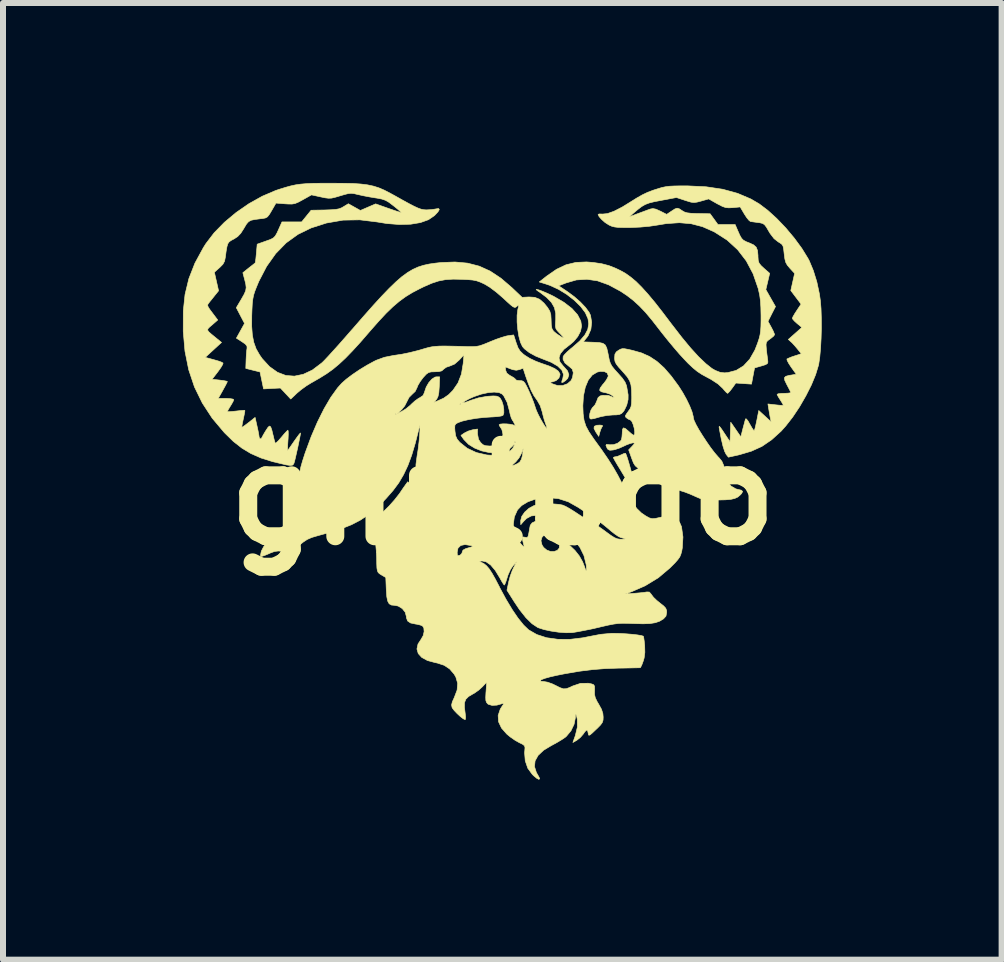
<source format=kicad_pcb>
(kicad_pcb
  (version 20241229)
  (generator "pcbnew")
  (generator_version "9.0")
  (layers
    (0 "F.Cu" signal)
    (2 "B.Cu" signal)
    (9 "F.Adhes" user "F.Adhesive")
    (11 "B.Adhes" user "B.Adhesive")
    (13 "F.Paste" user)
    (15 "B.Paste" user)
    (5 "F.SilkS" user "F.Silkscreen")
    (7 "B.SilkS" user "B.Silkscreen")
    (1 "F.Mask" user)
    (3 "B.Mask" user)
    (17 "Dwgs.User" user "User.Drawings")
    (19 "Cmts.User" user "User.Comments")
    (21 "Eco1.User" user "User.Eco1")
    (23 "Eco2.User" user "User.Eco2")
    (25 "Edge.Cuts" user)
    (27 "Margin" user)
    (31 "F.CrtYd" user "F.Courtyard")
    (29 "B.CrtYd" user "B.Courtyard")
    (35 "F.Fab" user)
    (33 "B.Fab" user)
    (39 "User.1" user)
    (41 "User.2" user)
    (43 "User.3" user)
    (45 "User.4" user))
  (footprint "gnulogo"
    (layer "F.Cu")
    (at 5.334 5.201)
    (property "Reference" "gnulogo" (at 0 0 0) (layer "F.SilkS") (effects (font (size 1.524 1.524) (thickness 0.3))))
    (attr through_hole)
    (fp_poly (pts (xy 1.657 -1.16) (xy 1.661 -1.145) (xy 1.655 -1.138) (xy 1.635 -1.099) (xy 1.616 -1.044) (xy 1.616 -1.043) (xy 1.598 -0.976) (xy 1.548 -1.051) (xy 1.519 -1.109) (xy 1.524 -1.144) (xy 1.566 -1.161) (xy 1.617 -1.164) (xy 1.657 -1.16)) (stroke (width 0.01) (type solid)) (fill yes) (layer "F.SilkS"))
    (fp_poly (pts (xy 2.044 -0.694) (xy 2.058 -0.665) (xy 2.079 -0.604) (xy 2.104 -0.52) (xy 2.132 -0.422) (xy 2.159 -0.318) (xy 2.184 -0.219) (xy 2.204 -0.133) (xy 2.216 -0.069) (xy 2.218 -0.038) (xy 2.214 -0.004) (xy 2.207 0.007) (xy 2.192 -0.01) (xy 2.165 -0.058) (xy 2.141 -0.104) (xy 2.097 -0.185) (xy 2.04 -0.285) (xy 1.979 -0.386) (xy 1.956 -0.425) (xy 1.908 -0.503) (xy 1.87 -0.568) (xy 1.847 -0.61) (xy 1.841 -0.622) (xy 1.859 -0.633) (xy 1.874 -0.635) (xy 1.915 -0.644) (xy 1.969 -0.667) (xy 1.972 -0.668) (xy 2.017 -0.689) (xy 2.043 -0.694) (xy 2.044 -0.694)) (stroke (width 0.01) (type solid)) (fill yes) (layer "F.SilkS"))
    (fp_poly (pts (xy 2.03 -2.437) (xy 2.089 -2.426) (xy 2.163 -2.409) (xy 2.314 -2.366) (xy 2.447 -2.306) (xy 2.569 -2.225) (xy 2.687 -2.119) (xy 2.806 -1.982) (xy 2.93 -1.814) (xy 2.998 -1.707) (xy 3.061 -1.594) (xy 3.114 -1.484) (xy 3.153 -1.386) (xy 3.173 -1.309) (xy 3.175 -1.286) (xy 3.187 -1.243) (xy 3.22 -1.173) (xy 3.269 -1.085) (xy 3.33 -0.987) (xy 3.397 -0.885) (xy 3.465 -0.787) (xy 3.53 -0.702) (xy 3.587 -0.636) (xy 3.606 -0.616) (xy 3.651 -0.561) (xy 3.683 -0.487) (xy 3.706 -0.385) (xy 3.714 -0.333) (xy 3.745 -0.227) (xy 3.803 -0.148) (xy 3.883 -0.101) (xy 3.918 -0.092) (xy 3.977 -0.078) (xy 3.997 -0.057) (xy 3.98 -0.023) (xy 3.957 0.001) (xy 3.916 0.036) (xy 3.866 0.059) (xy 3.801 0.074) (xy 3.711 0.082) (xy 3.588 0.085) (xy 3.57 0.085) (xy 3.463 0.084) (xy 3.386 0.08) (xy 3.327 0.07) (xy 3.274 0.054) (xy 3.214 0.028) (xy 3.201 0.022) (xy 3.117 -0.015) (xy 3.034 -0.047) (xy 2.979 -0.064) (xy 2.767 -0.139) (xy 2.566 -0.253) (xy 2.553 -0.262) (xy 2.468 -0.319) (xy 2.376 -0.376) (xy 2.312 -0.413) (xy 2.248 -0.45) (xy 2.207 -0.485) (xy 2.178 -0.531) (xy 2.15 -0.603) (xy 2.146 -0.614) (xy 2.097 -0.751) (xy 2.153 -0.809) (xy 2.187 -0.847) (xy 2.193 -0.864) (xy 2.173 -0.868) (xy 2.167 -0.868) (xy 2.124 -0.858) (xy 2.062 -0.835) (xy 2.02 -0.815) (xy 1.944 -0.781) (xy 1.87 -0.756) (xy 1.838 -0.749) (xy 1.783 -0.744) (xy 1.752 -0.759) (xy 1.738 -0.779) (xy 1.718 -0.825) (xy 1.726 -0.842) (xy 1.768 -0.838) (xy 1.776 -0.836) (xy 1.842 -0.837) (xy 1.91 -0.86) (xy 1.961 -0.898) (xy 1.977 -0.922) (xy 1.985 -0.965) (xy 1.99 -1.027) (xy 1.99 -1.039) (xy 1.995 -1.096) (xy 2.012 -1.118) (xy 2.046 -1.104) (xy 2.099 -1.058) (xy 2.143 -1.019) (xy 2.176 -0.997) (xy 2.183 -0.995) (xy 2.197 -1.012) (xy 2.198 -1.056) (xy 2.189 -1.114) (xy 2.172 -1.174) (xy 2.151 -1.223) (xy 2.128 -1.248) (xy 2.123 -1.25) (xy 2.094 -1.262) (xy 2.067 -1.28) (xy 2.045 -1.3) (xy 2.043 -1.322) (xy 2.064 -1.356) (xy 2.088 -1.389) (xy 2.119 -1.433) (xy 2.137 -1.474) (xy 2.145 -1.527) (xy 2.148 -1.604) (xy 2.148 -1.639) (xy 2.145 -1.752) (xy 2.135 -1.836) (xy 2.113 -1.903) (xy 2.074 -1.967) (xy 2.012 -2.039) (xy 1.989 -2.065) (xy 1.927 -2.134) (xy 1.889 -2.184) (xy 1.869 -2.226) (xy 1.863 -2.269) (xy 1.863 -2.286) (xy 1.868 -2.346) (xy 1.891 -2.384) (xy 1.927 -2.41) (xy 1.96 -2.429) (xy 1.991 -2.438) (xy 2.03 -2.437)) (stroke (width 0.01) (type solid)) (fill yes) (layer "F.SilkS"))
    (fp_poly (pts (xy -2.661 -5.195) (xy -2.501 -5.192) (xy -2.368 -5.183) (xy -2.256 -5.169) (xy -2.158 -5.148) (xy -2.067 -5.119) (xy -1.976 -5.08) (xy -1.878 -5.029) (xy -1.808 -4.991) (xy -1.669 -4.913) (xy -1.561 -4.854) (xy -1.478 -4.811) (xy -1.415 -4.782) (xy -1.365 -4.764) (xy -1.322 -4.755) (xy -1.282 -4.752) (xy -1.27 -4.752) (xy -1.196 -4.756) (xy -1.131 -4.765) (xy -1.117 -4.768) (xy -1.071 -4.774) (xy -1.06 -4.756) (xy -1.084 -4.717) (xy -1.14 -4.657) (xy -1.241 -4.588) (xy -1.375 -4.54) (xy -1.537 -4.513) (xy -1.725 -4.508) (xy -1.933 -4.524) (xy -2.1 -4.551) (xy -2.386 -4.586) (xy -2.665 -4.581) (xy -2.941 -4.533) (xy -3.197 -4.451) (xy -3.416 -4.344) (xy -3.613 -4.202) (xy -3.787 -4.024) (xy -3.939 -3.81) (xy -4.069 -3.56) (xy -4.11 -3.461) (xy -4.138 -3.389) (xy -4.157 -3.327) (xy -4.169 -3.265) (xy -4.178 -3.191) (xy -4.183 -3.094) (xy -4.187 -2.991) (xy -4.188 -2.812) (xy -4.177 -2.666) (xy -4.153 -2.543) (xy -4.114 -2.435) (xy -4.056 -2.334) (xy -4.013 -2.272) (xy -3.89 -2.138) (xy -3.758 -2.044) (xy -3.619 -1.991) (xy -3.475 -1.98) (xy -3.327 -2.011) (xy -3.176 -2.082) (xy -3.025 -2.196) (xy -3.009 -2.21) (xy -2.971 -2.248) (xy -2.909 -2.314) (xy -2.829 -2.402) (xy -2.735 -2.506) (xy -2.632 -2.623) (xy -2.524 -2.747) (xy -2.51 -2.762) (xy -2.324 -2.976) (xy -2.162 -3.159) (xy -2.02 -3.314) (xy -1.895 -3.444) (xy -1.784 -3.551) (xy -1.684 -3.638) (xy -1.591 -3.706) (xy -1.502 -3.759) (xy -1.414 -3.799) (xy -1.324 -3.828) (xy -1.228 -3.849) (xy -1.123 -3.864) (xy -1.032 -3.874) (xy -0.798 -3.883) (xy -0.589 -3.864) (xy -0.395 -3.814) (xy -0.212 -3.731) (xy -0.031 -3.611) (xy 0.153 -3.453) (xy 0.159 -3.447) (xy 0.32 -3.294) (xy 0.435 -3.3) (xy 0.531 -3.294) (xy 0.611 -3.262) (xy 0.685 -3.198) (xy 0.743 -3.127) (xy 0.781 -3.066) (xy 0.799 -3.006) (xy 0.804 -2.927) (xy 0.804 -2.92) (xy 0.807 -2.832) (xy 0.818 -2.773) (xy 0.844 -2.73) (xy 0.891 -2.69) (xy 0.923 -2.668) (xy 0.983 -2.629) (xy 1.01 -2.618) (xy 1.005 -2.633) (xy 0.967 -2.675) (xy 0.943 -2.699) (xy 0.905 -2.74) (xy 0.884 -2.773) (xy 0.876 -2.815) (xy 0.878 -2.878) (xy 0.881 -2.915) (xy 0.881 -3.028) (xy 0.859 -3.123) (xy 0.81 -3.209) (xy 0.73 -3.292) (xy 0.616 -3.378) (xy 0.58 -3.402) (xy 0.555 -3.422) (xy 0.563 -3.426) (xy 0.598 -3.418) (xy 0.653 -3.398) (xy 0.722 -3.369) (xy 0.799 -3.334) (xy 0.851 -3.308) (xy 1.019 -3.21) (xy 1.151 -3.108) (xy 1.245 -3.003) (xy 1.299 -2.898) (xy 1.312 -2.813) (xy 1.295 -2.729) (xy 1.248 -2.639) (xy 1.179 -2.556) (xy 1.122 -2.508) (xy 1.02 -2.428) (xy 0.958 -2.354) (xy 0.936 -2.284) (xy 0.952 -2.216) (xy 1.007 -2.147) (xy 1.016 -2.138) (xy 1.079 -2.066) (xy 1.1 -2.001) (xy 1.081 -1.943) (xy 1.045 -1.906) (xy 0.999 -1.875) (xy 0.98 -1.876) (xy 0.987 -1.91) (xy 0.997 -1.932) (xy 1.011 -2.008) (xy 0.983 -2.08) (xy 0.915 -2.147) (xy 0.808 -2.21) (xy 0.673 -2.263) (xy 0.549 -2.313) (xy 0.441 -2.372) (xy 0.359 -2.436) (xy 0.327 -2.472) (xy 0.294 -2.542) (xy 0.267 -2.641) (xy 0.248 -2.758) (xy 0.237 -2.88) (xy 0.237 -2.995) (xy 0.249 -3.09) (xy 0.253 -3.109) (xy 0.265 -3.155) (xy 0.262 -3.167) (xy 0.239 -3.149) (xy 0.233 -3.143) (xy 0.214 -3.129) (xy 0.195 -3.126) (xy 0.169 -3.137) (xy 0.129 -3.168) (xy 0.071 -3.22) (xy 0.008 -3.279) (xy -0.11 -3.381) (xy -0.221 -3.464) (xy -0.312 -3.518) (xy -0.378 -3.548) (xy -0.437 -3.569) (xy -0.501 -3.582) (xy -0.582 -3.589) (xy -0.682 -3.594) (xy -0.83 -3.597) (xy -0.955 -3.589) (xy -1.07 -3.567) (xy -1.186 -3.529) (xy -1.319 -3.471) (xy -1.386 -3.438) (xy -1.509 -3.374) (xy -1.62 -3.306) (xy -1.726 -3.229) (xy -1.832 -3.139) (xy -1.945 -3.03) (xy -2.069 -2.897) (xy -2.212 -2.735) (xy -2.229 -2.715) (xy -2.378 -2.543) (xy -2.508 -2.401) (xy -2.623 -2.282) (xy -2.729 -2.183) (xy -2.832 -2.097) (xy -2.938 -2.021) (xy -3.052 -1.95) (xy -3.179 -1.877) (xy -3.186 -1.874) (xy -3.275 -1.819) (xy -3.365 -1.754) (xy -3.435 -1.695) (xy -3.537 -1.598) (xy -3.623 -1.69) (xy -3.709 -1.782) (xy -3.85 -1.775) (xy -3.99 -1.767) (xy -4.049 -2.05) (xy -4.167 -2.079) (xy -4.286 -2.109) (xy -4.281 -2.256) (xy -4.277 -2.337) (xy -4.271 -2.407) (xy -4.265 -2.448) (xy -4.267 -2.481) (xy -4.293 -2.514) (xy -4.349 -2.553) (xy -4.443 -2.613) (xy -4.375 -2.736) (xy -4.307 -2.859) (xy -4.376 -2.99) (xy -4.444 -3.121) (xy -4.36 -3.263) (xy -4.314 -3.344) (xy -4.288 -3.404) (xy -4.28 -3.457) (xy -4.287 -3.518) (xy -4.306 -3.593) (xy -4.335 -3.704) (xy -4.237 -3.783) (xy -4.183 -3.825) (xy -4.144 -3.856) (xy -4.131 -3.866) (xy -4.125 -3.888) (xy -4.118 -3.941) (xy -4.111 -4.014) (xy -4.11 -4.025) (xy -4.096 -4.18) (xy -3.95 -4.232) (xy -3.874 -4.259) (xy -3.827 -4.284) (xy -3.795 -4.316) (xy -3.766 -4.367) (xy -3.743 -4.417) (xy -3.683 -4.551) (xy -3.519 -4.551) (xy -3.355 -4.551) (xy -3.197 -4.746) (xy -2.967 -4.75) (xy -2.86 -4.754) (xy -2.785 -4.76) (xy -2.731 -4.77) (xy -2.688 -4.787) (xy -2.657 -4.805) (xy -2.576 -4.854) (xy -2.476 -4.798) (xy -2.376 -4.742) (xy -2.249 -4.797) (xy -2.121 -4.852) (xy -1.907 -4.776) (xy -1.82 -4.746) (xy -1.751 -4.723) (xy -1.706 -4.71) (xy -1.693 -4.708) (xy -1.709 -4.724) (xy -1.749 -4.76) (xy -1.808 -4.808) (xy -1.826 -4.822) (xy -1.898 -4.877) (xy -1.956 -4.911) (xy -2.017 -4.932) (xy -2.099 -4.948) (xy -2.127 -4.952) (xy -2.229 -4.969) (xy -2.333 -4.989) (xy -2.417 -5.008) (xy -2.419 -5.008) (xy -2.481 -5.023) (xy -2.531 -5.028) (xy -2.581 -5.023) (xy -2.647 -5.006) (xy -2.711 -4.987) (xy -2.796 -4.962) (xy -2.856 -4.948) (xy -2.907 -4.946) (xy -2.965 -4.953) (xy -3.036 -4.968) (xy -3.191 -5.002) (xy -3.334 -4.922) (xy -3.41 -4.881) (xy -3.465 -4.858) (xy -3.516 -4.849) (xy -3.581 -4.85) (xy -3.63 -4.853) (xy -3.783 -4.865) (xy -3.855 -4.74) (xy -3.894 -4.675) (xy -3.925 -4.636) (xy -3.959 -4.617) (xy -4.009 -4.607) (xy -4.043 -4.604) (xy -4.135 -4.592) (xy -4.197 -4.579) (xy -4.239 -4.556) (xy -4.274 -4.517) (xy -4.311 -4.456) (xy -4.318 -4.443) (xy -4.37 -4.362) (xy -4.422 -4.307) (xy -4.485 -4.266) (xy -4.49 -4.264) (xy -4.535 -4.24) (xy -4.566 -4.216) (xy -4.587 -4.185) (xy -4.601 -4.136) (xy -4.614 -4.062) (xy -4.626 -3.969) (xy -4.64 -3.897) (xy -4.668 -3.845) (xy -4.721 -3.791) (xy -4.725 -3.788) (xy -4.81 -3.712) (xy -4.775 -3.558) (xy -4.74 -3.403) (xy -4.799 -3.33) (xy -4.846 -3.271) (xy -4.889 -3.218) (xy -4.897 -3.207) (xy -4.917 -3.181) (xy -4.922 -3.157) (xy -4.91 -3.127) (xy -4.877 -3.079) (xy -4.845 -3.037) (xy -4.754 -2.916) (xy -4.848 -2.834) (xy -4.892 -2.797) (xy -4.917 -2.77) (xy -4.923 -2.748) (xy -4.905 -2.72) (xy -4.861 -2.681) (xy -4.789 -2.622) (xy -4.774 -2.61) (xy -4.691 -2.542) (xy -4.962 -2.293) (xy -4.819 -2.254) (xy -4.746 -2.233) (xy -4.691 -2.213) (xy -4.665 -2.198) (xy -4.665 -2.198) (xy -4.672 -2.174) (xy -4.7 -2.126) (xy -4.743 -2.065) (xy -4.751 -2.054) (xy -4.848 -1.928) (xy -4.721 -1.914) (xy -4.654 -1.905) (xy -4.607 -1.896) (xy -4.593 -1.89) (xy -4.603 -1.868) (xy -4.628 -1.819) (xy -4.664 -1.754) (xy -4.669 -1.744) (xy -4.745 -1.609) (xy -4.616 -1.609) (xy -4.546 -1.605) (xy -4.5 -1.597) (xy -4.487 -1.587) (xy -4.498 -1.558) (xy -4.526 -1.508) (xy -4.543 -1.481) (xy -4.574 -1.43) (xy -4.591 -1.396) (xy -4.591 -1.389) (xy -4.567 -1.387) (xy -4.514 -1.391) (xy -4.445 -1.398) (xy -4.374 -1.406) (xy -4.322 -1.41) (xy -4.302 -1.409) (xy -4.303 -1.387) (xy -4.313 -1.335) (xy -4.327 -1.269) (xy -4.342 -1.199) (xy -4.351 -1.148) (xy -4.352 -1.128) (xy -4.334 -1.136) (xy -4.292 -1.166) (xy -4.238 -1.207) (xy -4.131 -1.292) (xy -4.098 -1.144) (xy -4.081 -1.066) (xy -4.069 -1.002) (xy -4.064 -0.965) (xy -4.064 -0.964) (xy -4.053 -0.935) (xy -4.03 -0.938) (xy -4.015 -0.961) (xy -3.997 -0.996) (xy -3.965 -1.051) (xy -3.946 -1.081) (xy -3.914 -1.129) (xy -3.89 -1.148) (xy -3.871 -1.134) (xy -3.853 -1.085) (xy -3.832 -0.998) (xy -3.831 -0.995) (xy -3.815 -0.928) (xy -3.801 -0.879) (xy -3.795 -0.862) (xy -3.779 -0.869) (xy -3.743 -0.903) (xy -3.697 -0.956) (xy -3.691 -0.963) (xy -3.643 -1.02) (xy -3.604 -1.062) (xy -3.584 -1.079) (xy -3.584 -1.079) (xy -3.579 -1.06) (xy -3.578 -1.008) (xy -3.581 -0.935) (xy -3.583 -0.91) (xy -3.588 -0.832) (xy -3.59 -0.772) (xy -3.59 -0.743) (xy -3.589 -0.741) (xy -3.576 -0.757) (xy -3.545 -0.8) (xy -3.502 -0.862) (xy -3.483 -0.89) (xy -3.436 -0.956) (xy -3.399 -1.006) (xy -3.377 -1.031) (xy -3.374 -1.032) (xy -3.376 -1.01) (xy -3.386 -0.957) (xy -3.401 -0.883) (xy -3.419 -0.795) (xy -3.439 -0.706) (xy -3.458 -0.623) (xy -3.474 -0.557) (xy -3.484 -0.524) (xy -3.502 -0.498) (xy -3.54 -0.491) (xy -3.608 -0.5) (xy -3.609 -0.5) (xy -3.837 -0.554) (xy -4.031 -0.615) (xy -4.2 -0.689) (xy -4.351 -0.78) (xy -4.494 -0.892) (xy -4.635 -1.03) (xy -4.644 -1.039) (xy -4.846 -1.279) (xy -5.011 -1.532) (xy -5.142 -1.8) (xy -5.238 -2.087) (xy -5.3 -2.395) (xy -5.329 -2.726) (xy -5.328 -3.067) (xy -5.299 -3.342) (xy -5.235 -3.606) (xy -5.134 -3.864) (xy -4.993 -4.123) (xy -4.95 -4.191) (xy -4.814 -4.369) (xy -4.643 -4.544) (xy -4.448 -4.707) (xy -4.234 -4.855) (xy -4.012 -4.979) (xy -3.788 -5.075) (xy -3.725 -5.096) (xy -3.625 -5.127) (xy -3.538 -5.151) (xy -3.456 -5.169) (xy -3.372 -5.181) (xy -3.278 -5.189) (xy -3.165 -5.194) (xy -3.025 -5.196) (xy -2.857 -5.196) (xy -2.661 -5.195)) (stroke (width 0.01) (type solid)) (fill yes) (layer "F.SilkS"))
    (fp_poly (pts (xy 3.08 -5.152) (xy 3.388 -5.137) (xy 3.664 -5.096) (xy 3.912 -5.028) (xy 4.133 -4.934) (xy 4.272 -4.853) (xy 4.415 -4.745) (xy 4.566 -4.608) (xy 4.717 -4.45) (xy 4.859 -4.28) (xy 4.984 -4.11) (xy 5.085 -3.946) (xy 5.107 -3.905) (xy 5.175 -3.742) (xy 5.234 -3.552) (xy 5.277 -3.35) (xy 5.293 -3.239) (xy 5.304 -3.105) (xy 5.309 -2.948) (xy 5.31 -2.778) (xy 5.305 -2.606) (xy 5.296 -2.443) (xy 5.283 -2.298) (xy 5.266 -2.182) (xy 5.261 -2.159) (xy 5.214 -2.005) (xy 5.143 -1.833) (xy 5.051 -1.651) (xy 4.946 -1.469) (xy 4.832 -1.298) (xy 4.715 -1.148) (xy 4.639 -1.063) (xy 4.48 -0.919) (xy 4.319 -0.809) (xy 4.143 -0.729) (xy 3.943 -0.67) (xy 3.928 -0.666) (xy 3.76 -0.629) (xy 3.723 -0.675) (xy 3.697 -0.726) (xy 3.669 -0.814) (xy 3.64 -0.937) (xy 3.611 -1.089) (xy 3.609 -1.101) (xy 3.604 -1.134) (xy 3.609 -1.143) (xy 3.626 -1.125) (xy 3.66 -1.077) (xy 3.691 -1.03) (xy 3.787 -0.885) (xy 3.793 -1.048) (xy 3.799 -1.212) (xy 3.883 -1.09) (xy 3.967 -0.968) (xy 4.001 -1.103) (xy 4.021 -1.177) (xy 4.037 -1.237) (xy 4.046 -1.268) (xy 4.059 -1.267) (xy 4.086 -1.234) (xy 4.117 -1.179) (xy 4.151 -1.12) (xy 4.177 -1.081) (xy 4.19 -1.072) (xy 4.2 -1.096) (xy 4.214 -1.151) (xy 4.23 -1.227) (xy 4.234 -1.245) (xy 4.266 -1.407) (xy 4.37 -1.312) (xy 4.473 -1.217) (xy 4.457 -1.291) (xy 4.443 -1.368) (xy 4.431 -1.441) (xy 4.419 -1.516) (xy 4.543 -1.502) (xy 4.611 -1.495) (xy 4.659 -1.492) (xy 4.674 -1.494) (xy 4.668 -1.513) (xy 4.643 -1.555) (xy 4.627 -1.58) (xy 4.594 -1.632) (xy 4.574 -1.669) (xy 4.572 -1.677) (xy 4.591 -1.686) (xy 4.641 -1.692) (xy 4.69 -1.693) (xy 4.753 -1.696) (xy 4.793 -1.702) (xy 4.801 -1.709) (xy 4.788 -1.735) (xy 4.762 -1.786) (xy 4.734 -1.839) (xy 4.7 -1.909) (xy 4.693 -1.952) (xy 4.716 -1.977) (xy 4.774 -1.993) (xy 4.809 -1.998) (xy 4.891 -2.012) (xy 4.805 -2.132) (xy 4.765 -2.193) (xy 4.74 -2.241) (xy 4.735 -2.266) (xy 4.736 -2.266) (xy 4.764 -2.28) (xy 4.818 -2.302) (xy 4.863 -2.317) (xy 4.975 -2.353) (xy 4.913 -2.431) (xy 4.865 -2.488) (xy 4.818 -2.539) (xy 4.805 -2.55) (xy 4.759 -2.592) (xy 4.872 -2.692) (xy 4.985 -2.792) (xy 4.905 -2.858) (xy 4.859 -2.9) (xy 4.83 -2.934) (xy 4.826 -2.945) (xy 4.837 -2.972) (xy 4.866 -3.022) (xy 4.899 -3.073) (xy 4.971 -3.181) (xy 4.8 -3.407) (xy 4.864 -3.693) (xy 4.785 -3.779) (xy 4.742 -3.83) (xy 4.716 -3.877) (xy 4.701 -3.934) (xy 4.69 -4.018) (xy 4.681 -4.097) (xy 4.671 -4.146) (xy 4.652 -4.177) (xy 4.618 -4.202) (xy 4.591 -4.218) (xy 4.521 -4.273) (xy 4.456 -4.358) (xy 4.433 -4.396) (xy 4.393 -4.465) (xy 4.362 -4.505) (xy 4.33 -4.526) (xy 4.284 -4.537) (xy 4.259 -4.54) (xy 4.193 -4.549) (xy 4.142 -4.556) (xy 4.128 -4.558) (xy 4.103 -4.577) (xy 4.065 -4.623) (xy 4.027 -4.681) (xy 3.956 -4.801) (xy 3.833 -4.789) (xy 3.765 -4.786) (xy 3.713 -4.791) (xy 3.659 -4.81) (xy 3.589 -4.846) (xy 3.57 -4.856) (xy 3.431 -4.935) (xy 3.305 -4.899) (xy 3.236 -4.881) (xy 3.187 -4.875) (xy 3.138 -4.88) (xy 3.074 -4.899) (xy 3.036 -4.911) (xy 2.894 -4.958) (xy 2.638 -4.91) (xy 2.523 -4.888) (xy 2.439 -4.867) (xy 2.373 -4.842) (xy 2.314 -4.808) (xy 2.25 -4.759) (xy 2.18 -4.7) (xy 2.106 -4.635) (xy 2.254 -4.691) (xy 2.336 -4.721) (xy 2.408 -4.748) (xy 2.457 -4.766) (xy 2.459 -4.766) (xy 2.501 -4.774) (xy 2.551 -4.764) (xy 2.62 -4.733) (xy 2.623 -4.732) (xy 2.731 -4.677) (xy 2.81 -4.73) (xy 2.867 -4.767) (xy 2.905 -4.78) (xy 2.941 -4.77) (xy 2.988 -4.739) (xy 3.026 -4.717) (xy 3.071 -4.703) (xy 3.136 -4.695) (xy 3.23 -4.691) (xy 3.253 -4.691) (xy 3.455 -4.687) (xy 3.52 -4.598) (xy 3.585 -4.508) (xy 3.872 -4.508) (xy 3.915 -4.408) (xy 3.95 -4.329) (xy 3.979 -4.278) (xy 4.011 -4.246) (xy 4.057 -4.221) (xy 4.106 -4.202) (xy 4.179 -4.169) (xy 4.223 -4.13) (xy 4.245 -4.075) (xy 4.253 -3.992) (xy 4.253 -3.97) (xy 4.257 -3.909) (xy 4.271 -3.865) (xy 4.303 -3.824) (xy 4.351 -3.779) (xy 4.448 -3.694) (xy 4.416 -3.558) (xy 4.384 -3.423) (xy 4.464 -3.282) (xy 4.545 -3.14) (xy 4.482 -3.017) (xy 4.42 -2.894) (xy 4.475 -2.794) (xy 4.506 -2.734) (xy 4.525 -2.688) (xy 4.53 -2.672) (xy 4.514 -2.648) (xy 4.473 -2.614) (xy 4.455 -2.601) (xy 4.413 -2.57) (xy 4.392 -2.542) (xy 4.387 -2.502) (xy 4.392 -2.434) (xy 4.401 -2.354) (xy 4.411 -2.28) (xy 4.415 -2.251) (xy 4.418 -2.212) (xy 4.408 -2.188) (xy 4.375 -2.17) (xy 4.311 -2.15) (xy 4.31 -2.15) (xy 4.196 -2.117) (xy 4.17 -1.982) (xy 4.145 -1.847) (xy 4.014 -1.856) (xy 3.884 -1.865) (xy 3.822 -1.779) (xy 3.784 -1.73) (xy 3.755 -1.699) (xy 3.746 -1.693) (xy 3.726 -1.708) (xy 3.69 -1.747) (xy 3.665 -1.777) (xy 3.588 -1.849) (xy 3.47 -1.926) (xy 3.408 -1.959) (xy 3.318 -2.008) (xy 3.242 -2.058) (xy 3.17 -2.117) (xy 3.089 -2.193) (xy 3.028 -2.257) (xy 2.945 -2.347) (xy 2.848 -2.46) (xy 2.746 -2.583) (xy 2.65 -2.703) (xy 2.616 -2.747) (xy 2.49 -2.909) (xy 2.379 -3.042) (xy 2.276 -3.15) (xy 2.175 -3.242) (xy 2.069 -3.324) (xy 1.959 -3.397) (xy 1.764 -3.502) (xy 1.578 -3.569) (xy 1.4 -3.595) (xy 1.225 -3.584) (xy 1.053 -3.534) (xy 0.93 -3.486) (xy 1.074 -3.39) (xy 1.188 -3.306) (xy 1.291 -3.216) (xy 1.377 -3.126) (xy 1.437 -3.044) (xy 1.461 -2.994) (xy 1.48 -2.878) (xy 1.467 -2.76) (xy 1.422 -2.656) (xy 1.403 -2.629) (xy 1.34 -2.551) (xy 1.511 -2.545) (xy 1.606 -2.54) (xy 1.668 -2.527) (xy 1.707 -2.499) (xy 1.732 -2.448) (xy 1.751 -2.366) (xy 1.76 -2.321) (xy 1.775 -2.246) (xy 1.793 -2.191) (xy 1.821 -2.142) (xy 1.866 -2.086) (xy 1.918 -2.029) (xy 1.991 -1.947) (xy 2.036 -1.882) (xy 2.059 -1.827) (xy 2.064 -1.807) (xy 2.076 -1.737) (xy 2.087 -1.674) (xy 2.088 -1.669) (xy 2.087 -1.589) (xy 2.065 -1.497) (xy 2.026 -1.414) (xy 2.009 -1.389) (xy 1.979 -1.358) (xy 1.944 -1.341) (xy 1.89 -1.334) (xy 1.835 -1.333) (xy 1.739 -1.325) (xy 1.638 -1.306) (xy 1.587 -1.292) (xy 1.522 -1.273) (xy 1.473 -1.265) (xy 1.454 -1.269) (xy 1.444 -1.304) (xy 1.45 -1.358) (xy 1.469 -1.416) (xy 1.496 -1.459) (xy 1.506 -1.467) (xy 1.538 -1.504) (xy 1.564 -1.56) (xy 1.567 -1.569) (xy 1.588 -1.623) (xy 1.621 -1.65) (xy 1.663 -1.66) (xy 1.758 -1.658) (xy 1.803 -1.642) (xy 1.846 -1.621) (xy 1.856 -1.621) (xy 1.838 -1.643) (xy 1.832 -1.65) (xy 1.788 -1.679) (xy 1.723 -1.701) (xy 1.701 -1.705) (xy 1.64 -1.72) (xy 1.613 -1.744) (xy 1.622 -1.781) (xy 1.664 -1.839) (xy 1.683 -1.86) (xy 1.725 -1.916) (xy 1.752 -1.967) (xy 1.757 -1.987) (xy 1.739 -2.032) (xy 1.691 -2.057) (xy 1.622 -2.059) (xy 1.572 -2.047) (xy 1.49 -1.998) (xy 1.423 -1.913) (xy 1.374 -1.796) (xy 1.343 -1.649) (xy 1.333 -1.487) (xy 1.338 -1.352) (xy 1.353 -1.244) (xy 1.384 -1.147) (xy 1.436 -1.05) (xy 1.512 -0.938) (xy 1.524 -0.921) (xy 1.649 -0.749) (xy 1.752 -0.599) (xy 1.839 -0.462) (xy 1.915 -0.33) (xy 1.986 -0.193) (xy 2.012 -0.141) (xy 2.091 0.015) (xy 2.164 0.136) (xy 2.235 0.229) (xy 2.309 0.301) (xy 2.384 0.352) (xy 2.443 0.384) (xy 2.488 0.396) (xy 2.54 0.393) (xy 2.589 0.382) (xy 2.663 0.366) (xy 2.728 0.351) (xy 2.752 0.346) (xy 2.821 0.352) (xy 2.888 0.391) (xy 2.945 0.455) (xy 2.978 0.53) (xy 3.002 0.702) (xy 2.991 0.885) (xy 2.982 0.936) (xy 2.968 0.988) (xy 2.949 1.034) (xy 2.916 1.08) (xy 2.866 1.137) (xy 2.79 1.213) (xy 2.786 1.217) (xy 2.592 1.381) (xy 2.372 1.515) (xy 2.155 1.61) (xy 2.043 1.652) (xy 2.2 1.64) (xy 2.283 1.633) (xy 2.355 1.625) (xy 2.4 1.618) (xy 2.402 1.618) (xy 2.442 1.62) (xy 2.474 1.657) (xy 2.478 1.664) (xy 2.511 1.707) (xy 2.566 1.76) (xy 2.619 1.803) (xy 2.681 1.852) (xy 2.715 1.889) (xy 2.729 1.926) (xy 2.731 1.957) (xy 2.719 2.021) (xy 2.677 2.067) (xy 2.672 2.07) (xy 2.61 2.107) (xy 2.539 2.131) (xy 2.45 2.145) (xy 2.336 2.149) (xy 2.189 2.145) (xy 2.182 2.145) (xy 2.077 2.141) (xy 1.993 2.14) (xy 1.92 2.144) (xy 1.845 2.154) (xy 1.757 2.171) (xy 1.643 2.197) (xy 1.598 2.208) (xy 1.476 2.236) (xy 1.357 2.26) (xy 1.252 2.28) (xy 1.174 2.293) (xy 1.154 2.296) (xy 1.052 2.298) (xy 0.929 2.289) (xy 0.802 2.27) (xy 0.685 2.245) (xy 0.592 2.215) (xy 0.579 2.209) (xy 0.486 2.147) (xy 0.385 2.048) (xy 0.277 1.912) (xy 0.188 1.779) (xy 0.068 1.589) (xy 0.098 1.446) (xy 0.122 1.355) (xy 0.155 1.264) (xy 0.181 1.208) (xy 0.233 1.111) (xy 0.171 1.179) (xy 0.126 1.245) (xy 0.086 1.334) (xy 0.073 1.375) (xy 0.052 1.441) (xy 0.034 1.487) (xy 0.024 1.503) (xy 0.008 1.485) (xy -0.02 1.44) (xy -0.052 1.382) (xy -0.127 1.259) (xy -0.203 1.169) (xy -0.279 1.116) (xy -0.341 1.102) (xy -0.387 1.104) (xy -0.394 1.109) (xy -0.366 1.122) (xy -0.36 1.124) (xy -0.315 1.147) (xy -0.273 1.181) (xy -0.23 1.231) (xy -0.182 1.304) (xy -0.126 1.403) (xy -0.057 1.535) (xy -0.05 1.551) (xy 0.053 1.741) (xy 0.155 1.911) (xy 0.253 2.055) (xy 0.345 2.169) (xy 0.427 2.248) (xy 0.431 2.251) (xy 0.565 2.328) (xy 0.728 2.381) (xy 0.915 2.407) (xy 1.119 2.408) (xy 1.335 2.382) (xy 1.433 2.362) (xy 1.632 2.324) (xy 1.809 2.308) (xy 1.856 2.308) (xy 1.953 2.31) (xy 2.056 2.316) (xy 2.155 2.324) (xy 2.242 2.334) (xy 2.307 2.345) (xy 2.34 2.355) (xy 2.342 2.356) (xy 2.348 2.38) (xy 2.356 2.435) (xy 2.364 2.509) (xy 2.364 2.513) (xy 2.367 2.625) (xy 2.355 2.719) (xy 2.34 2.77) (xy 2.318 2.83) (xy 2.298 2.871) (xy 2.29 2.881) (xy 2.265 2.882) (xy 2.205 2.883) (xy 2.117 2.885) (xy 2.01 2.887) (xy 1.926 2.888) (xy 1.703 2.896) (xy 1.488 2.913) (xy 1.268 2.941) (xy 1.03 2.982) (xy 0.895 3.009) (xy 0.785 3.034) (xy 0.7 3.058) (xy 0.645 3.079) (xy 0.622 3.096) (xy 0.634 3.107) (xy 0.68 3.111) (xy 0.743 3.122) (xy 0.823 3.15) (xy 0.875 3.175) (xy 0.953 3.214) (xy 1.008 3.233) (xy 1.058 3.231) (xy 1.116 3.209) (xy 1.164 3.186) (xy 1.294 3.142) (xy 1.425 3.14) (xy 1.482 3.152) (xy 1.514 3.165) (xy 1.528 3.19) (xy 1.529 3.239) (xy 1.528 3.266) (xy 1.528 3.328) (xy 1.541 3.383) (xy 1.572 3.447) (xy 1.596 3.487) (xy 1.644 3.574) (xy 1.667 3.646) (xy 1.672 3.704) (xy 1.67 3.754) (xy 1.658 3.793) (xy 1.63 3.833) (xy 1.58 3.885) (xy 1.55 3.913) (xy 1.49 3.97) (xy 1.453 4.001) (xy 1.434 4.008) (xy 1.426 3.995) (xy 1.422 3.972) (xy 1.412 3.928) (xy 1.394 3.921) (xy 1.364 3.952) (xy 1.342 3.985) (xy 1.293 4.042) (xy 1.236 4.088) (xy 1.232 4.091) (xy 1.167 4.128) (xy 1.208 4.012) (xy 1.242 3.871) (xy 1.241 3.741) (xy 1.228 3.683) (xy 1.217 3.655) (xy 1.211 3.661) (xy 1.209 3.705) (xy 1.209 3.713) (xy 1.187 3.824) (xy 1.135 3.933) (xy 1.059 4.024) (xy 1.041 4.04) (xy 0.982 4.08) (xy 0.902 4.128) (xy 0.818 4.174) (xy 0.813 4.176) (xy 0.68 4.256) (xy 0.588 4.342) (xy 0.537 4.434) (xy 0.527 4.53) (xy 0.559 4.63) (xy 0.572 4.652) (xy 0.599 4.699) (xy 0.613 4.728) (xy 0.614 4.731) (xy 0.601 4.743) (xy 0.565 4.725) (xy 0.512 4.681) (xy 0.49 4.659) (xy 0.416 4.558) (xy 0.373 4.434) (xy 0.362 4.298) (xy 0.365 4.267) (xy 0.369 4.214) (xy 0.36 4.182) (xy 0.33 4.158) (xy 0.274 4.131) (xy 0.203 4.091) (xy 0.123 4.035) (xy 0.066 3.988) (xy -0.023 3.887) (xy -0.072 3.783) (xy -0.079 3.678) (xy -0.044 3.573) (xy -0.017 3.529) (xy 0.011 3.488) (xy 0.015 3.473) (xy -0.005 3.477) (xy -0.012 3.48) (xy -0.1 3.505) (xy -0.181 3.509) (xy -0.242 3.491) (xy -0.253 3.483) (xy -0.273 3.459) (xy -0.284 3.426) (xy -0.286 3.374) (xy -0.282 3.291) (xy -0.281 3.284) (xy -0.27 3.122) (xy -0.341 3.198) (xy -0.405 3.256) (xy -0.478 3.307) (xy -0.499 3.318) (xy -0.572 3.361) (xy -0.618 3.407) (xy -0.64 3.464) (xy -0.641 3.542) (xy -0.628 3.646) (xy -0.622 3.705) (xy -0.625 3.741) (xy -0.63 3.747) (xy -0.661 3.732) (xy -0.709 3.695) (xy -0.762 3.646) (xy -0.811 3.595) (xy -0.843 3.552) (xy -0.848 3.541) (xy -0.855 3.5) (xy -0.842 3.448) (xy -0.811 3.38) (xy -0.763 3.254) (xy -0.754 3.14) (xy -0.785 3.035) (xy -0.813 2.988) (xy -0.888 2.901) (xy -0.978 2.841) (xy -1.094 2.803) (xy -1.129 2.796) (xy -1.258 2.761) (xy -1.353 2.709) (xy -1.411 2.645) (xy -1.433 2.569) (xy -1.415 2.486) (xy -1.364 2.408) (xy -1.329 2.347) (xy -1.313 2.279) (xy -1.318 2.218) (xy -1.339 2.186) (xy -1.375 2.17) (xy -1.435 2.156) (xy -1.456 2.153) (xy -1.54 2.135) (xy -1.588 2.102) (xy -1.608 2.049) (xy -1.609 2.028) (xy -1.628 1.957) (xy -1.677 1.895) (xy -1.746 1.853) (xy -1.806 1.841) (xy -1.859 1.836) (xy -1.896 1.815) (xy -1.92 1.771) (xy -1.935 1.7) (xy -1.943 1.593) (xy -1.944 1.575) (xy -1.952 1.377) (xy -2.024 1.335) (xy -2.057 1.314) (xy -2.079 1.294) (xy -2.092 1.265) (xy -2.1 1.219) (xy -2.103 1.147) (xy -2.104 1.048) (xy -2.109 0.954) (xy -0.762 0.954) (xy -0.76 1) (xy -0.747 1.014) (xy -0.713 1.004) (xy -0.711 1.003) (xy -0.683 0.974) (xy -0.677 0.95) (xy -0.665 0.921) (xy -0.622 0.897) (xy -0.58 0.884) (xy -0.524 0.868) (xy -0.506 0.857) (xy -0.519 0.848) (xy -0.532 0.844) (xy -0.631 0.828) (xy -0.703 0.843) (xy -0.748 0.887) (xy -0.762 0.954) (xy -2.109 0.954) (xy -2.11 0.937) (xy -2.121 0.814) (xy -2.135 0.715) (xy -2.152 0.6) (xy -2.154 0.514) (xy -2.148 0.493) (xy 0.174 0.493) (xy 0.192 0.622) (xy 0.243 0.741) (xy 0.279 0.792) (xy 0.325 0.845) (xy 0.349 0.866) (xy 0.354 0.855) (xy 0.35 0.841) (xy 0.34 0.802) (xy 0.331 0.765) (xy 0.635 0.765) (xy 0.652 0.833) (xy 0.678 0.875) (xy 0.732 0.92) (xy 0.794 0.943) (xy 0.856 0.943) (xy 0.908 0.924) (xy 0.94 0.886) (xy 0.943 0.832) (xy 0.941 0.795) (xy 0.967 0.784) (xy 0.981 0.783) (xy 1.049 0.802) (xy 1.125 0.852) (xy 1.202 0.926) (xy 1.273 1.016) (xy 1.329 1.115) (xy 1.359 1.191) (xy 1.379 1.249) (xy 1.391 1.266) (xy 1.395 1.243) (xy 1.391 1.181) (xy 1.388 1.159) (xy 1.352 1.013) (xy 1.286 0.878) (xy 1.198 0.763) (xy 1.093 0.677) (xy 1.048 0.653) (xy 0.946 0.62) (xy 0.85 0.612) (xy 0.765 0.626) (xy 0.697 0.658) (xy 0.652 0.706) (xy 0.635 0.765) (xy 0.331 0.765) (xy 0.329 0.754) (xy 0.323 0.712) (xy 0.337 0.701) (xy 0.368 0.706) (xy 0.401 0.711) (xy 0.419 0.695) (xy 0.43 0.65) (xy 0.434 0.63) (xy 0.445 0.565) (xy 0.455 0.515) (xy 0.457 0.506) (xy 0.488 0.466) (xy 0.547 0.438) (xy 0.62 0.425) (xy 0.694 0.429) (xy 0.744 0.446) (xy 0.773 0.459) (xy 0.773 0.444) (xy 0.763 0.425) (xy 0.716 0.372) (xy 0.642 0.344) (xy 0.572 0.339) (xy 0.472 0.351) (xy 0.394 0.393) (xy 0.345 0.442) (xy 0.298 0.497) (xy 0.297 0.426) (xy 0.315 0.358) (xy 0.364 0.287) (xy 0.434 0.224) (xy 0.515 0.18) (xy 0.54 0.172) (xy 0.623 0.157) (xy 0.728 0.15) (xy 0.838 0.15) (xy 0.937 0.158) (xy 0.993 0.169) (xy 1.044 0.19) (xy 1.115 0.23) (xy 1.194 0.279) (xy 1.215 0.293) (xy 1.298 0.348) (xy 1.382 0.4) (xy 1.451 0.439) (xy 1.46 0.445) (xy 1.521 0.479) (xy 1.601 0.531) (xy 1.686 0.591) (xy 1.721 0.617) (xy 1.802 0.676) (xy 1.861 0.713) (xy 1.908 0.732) (xy 1.952 0.739) (xy 1.975 0.739) (xy 2.028 0.737) (xy 2.041 0.732) (xy 2.012 0.722) (xy 1.966 0.711) (xy 1.925 0.692) (xy 1.865 0.651) (xy 1.796 0.597) (xy 1.779 0.581) (xy 1.697 0.513) (xy 1.609 0.444) (xy 1.531 0.389) (xy 1.527 0.387) (xy 1.449 0.336) (xy 1.355 0.274) (xy 1.265 0.214) (xy 1.256 0.208) (xy 1.091 0.115) (xy 0.927 0.062) (xy 0.754 0.045) (xy 0.688 0.047) (xy 0.546 0.069) (xy 0.418 0.114) (xy 0.313 0.177) (xy 0.243 0.251) (xy 0.191 0.366) (xy 0.174 0.493) (xy -2.148 0.493) (xy -2.136 0.445) (xy -2.094 0.38) (xy -2.024 0.308) (xy -1.983 0.27) (xy -1.897 0.185) (xy -1.807 0.084) (xy -1.73 -0.014) (xy -1.715 -0.035) (xy -1.665 -0.109) (xy -1.622 -0.17) (xy -1.594 -0.209) (xy -1.587 -0.219) (xy -1.573 -0.209) (xy -1.549 -0.167) (xy -1.521 -0.102) (xy -1.513 -0.081) (xy -1.484 -0.015) (xy -1.445 0.063) (xy -1.4 0.144) (xy -1.356 0.218) (xy -1.317 0.277) (xy -1.288 0.312) (xy -1.278 0.318) (xy -1.284 0.3) (xy -1.305 0.252) (xy -1.336 0.183) (xy -1.359 0.137) (xy -1.402 0.043) (xy -1.429 -0.031) (xy -1.444 -0.104) (xy -1.453 -0.193) (xy -1.456 -0.24) (xy -1.449 -0.491) (xy 0.156 -0.491) (xy 0.175 -0.493) (xy 0.191 -0.497) (xy 0.248 -0.524) (xy 0.282 -0.549) (xy 0.309 -0.594) (xy 0.327 -0.661) (xy 0.33 -0.68) (xy 0.339 -0.773) (xy 0.307 -0.688) (xy 0.269 -0.617) (xy 0.216 -0.552) (xy 0.206 -0.543) (xy 0.166 -0.506) (xy 0.156 -0.491) (xy -1.449 -0.491) (xy -1.449 -0.51) (xy -1.431 -0.644) (xy -1.413 -0.759) (xy -1.398 -0.883) (xy -1.388 -0.995) (xy -1.386 -1.024) (xy -1.382 -1.105) (xy -1.382 -1.118) (xy -0.803 -1.118) (xy -0.799 -1.064) (xy -0.788 -0.986) (xy -0.762 -0.928) (xy -0.718 -0.876) (xy -0.594 -0.777) (xy -0.442 -0.706) (xy -0.269 -0.666) (xy -0.153 -0.658) (xy -0.069 -0.662) (xy 0.009 -0.674) (xy 0.051 -0.686) (xy 0.111 -0.722) (xy 0.161 -0.771) (xy 0.188 -0.82) (xy 0.191 -0.835) (xy 0.181 -0.836) (xy 0.159 -0.812) (xy 0.093 -0.751) (xy 0.000024 -0.715) (xy -0.111 -0.7) (xy -0.232 -0.707) (xy -0.354 -0.734) (xy -0.47 -0.78) (xy -0.572 -0.843) (xy -0.65 -0.923) (xy -0.653 -0.927) (xy -0.699 -0.992) (xy -0.641 -1.032) (xy -0.578 -1.064) (xy -0.506 -1.085) (xy -0.503 -1.086) (xy -0.423 -1.098) (xy -0.423 -1.016) (xy -0.406 -0.926) (xy -0.372 -0.874) (xy -0.333 -0.837) (xy -0.289 -0.82) (xy -0.221 -0.815) (xy -0.215 -0.815) (xy -0.139 -0.821) (xy -0.085 -0.842) (xy -0.055 -0.866) (xy -0.047 -0.878) (xy 0.191 -0.878) (xy 0.201 -0.868) (xy 0.212 -0.878) (xy 0.201 -0.889) (xy 0.191 -0.878) (xy -0.047 -0.878) (xy -0.013 -0.931) (xy 0.001 -1.011) (xy -0.016 -1.087) (xy -0.031 -1.112) (xy -0.055 -1.15) (xy -0.063 -1.169) (xy -0.045 -1.18) (xy 0.001 -1.185) (xy 0.061 -1.184) (xy 0.122 -1.178) (xy 0.17 -1.168) (xy 0.188 -1.159) (xy 0.205 -1.146) (xy 0.202 -1.166) (xy 0.199 -1.175) (xy 0.173 -1.226) (xy 0.157 -1.249) (xy 0.139 -1.286) (xy 0.12 -1.35) (xy 0.109 -1.402) (xy 0.071 -1.542) (xy 0.017 -1.647) (xy -0.012 -1.681) (xy -0.064 -1.706) (xy -0.145 -1.714) (xy -0.247 -1.705) (xy -0.361 -1.68) (xy -0.478 -1.64) (xy -0.558 -1.605) (xy -0.619 -1.572) (xy -0.66 -1.546) (xy -0.672 -1.533) (xy -0.65 -1.536) (xy -0.599 -1.552) (xy -0.531 -1.578) (xy -0.528 -1.579) (xy -0.405 -1.618) (xy -0.271 -1.642) (xy -0.242 -1.645) (xy -0.16 -1.65) (xy -0.108 -1.647) (xy -0.074 -1.635) (xy -0.047 -1.614) (xy -0.019 -1.568) (xy 0.003 -1.501) (xy 0.015 -1.429) (xy 0.016 -1.366) (xy 0.002 -1.327) (xy 0.002 -1.327) (xy -0.029 -1.315) (xy -0.091 -1.306) (xy -0.172 -1.3) (xy -0.196 -1.299) (xy -0.32 -1.291) (xy -0.449 -1.276) (xy -0.573 -1.255) (xy -0.678 -1.23) (xy -0.748 -1.205) (xy -0.783 -1.185) (xy -0.8 -1.161) (xy -0.803 -1.118) (xy -1.382 -1.118) (xy -1.382 -1.148) (xy -1.385 -1.155) (xy -1.393 -1.131) (xy -1.4 -1.101) (xy -1.46 -0.864) (xy -1.52 -0.663) (xy -1.584 -0.49) (xy -1.655 -0.339) (xy -1.736 -0.201) (xy -1.832 -0.072) (xy -1.945 0.057) (xy -1.999 0.114) (xy -2.125 0.235) (xy -2.25 0.337) (xy -2.381 0.423) (xy -2.524 0.497) (xy -2.689 0.563) (xy -2.882 0.624) (xy -3.083 0.679) (xy -3.185 0.709) (xy -3.261 0.742) (xy -3.329 0.787) (xy -3.366 0.817) (xy -3.443 0.881) (xy -3.5 0.92) (xy -3.549 0.94) (xy -3.6 0.945) (xy -3.667 0.94) (xy -3.669 0.94) (xy -3.744 0.935) (xy -3.807 0.943) (xy -3.878 0.969) (xy -3.906 0.982) (xy -3.971 1.009) (xy -4.019 1.025) (xy -4.039 1.027) (xy -4.04 1.002) (xy -4.03 0.952) (xy -4.025 0.934) (xy -3.988 0.862) (xy -3.923 0.784) (xy -3.84 0.71) (xy -3.752 0.653) (xy -3.7 0.612) (xy -3.669 0.55) (xy -3.662 0.526) (xy -3.629 0.401) (xy -3.602 0.31) (xy -3.578 0.246) (xy -3.554 0.202) (xy -3.528 0.171) (xy -3.523 0.166) (xy -3.48 0.122) (xy -3.45 0.076) (xy -3.431 0.02) (xy -3.418 -0.057) (xy -3.409 -0.165) (xy -3.407 -0.191) (xy -3.399 -0.291) (xy -3.387 -0.379) (xy -3.368 -0.467) (xy -3.339 -0.568) (xy -3.298 -0.695) (xy -3.293 -0.709) (xy -3.196 -0.972) (xy -3.091 -1.216) (xy -3.027 -1.344) (xy -1.799 -1.344) (xy -1.789 -1.333) (xy -1.778 -1.344) (xy -1.786 -1.352) (xy -1.767 -1.352) (xy -1.683 -1.394) (xy -1.615 -1.436) (xy -1.545 -1.493) (xy -1.525 -1.513) (xy -0.72 -1.513) (xy -0.709 -1.503) (xy -0.699 -1.513) (xy -0.709 -1.524) (xy -0.72 -1.513) (xy -1.525 -1.513) (xy -1.524 -1.514) (xy -1.466 -1.567) (xy -1.406 -1.61) (xy -1.384 -1.621) (xy -1.331 -1.657) (xy -1.305 -1.714) (xy -1.304 -1.722) (xy -1.278 -1.798) (xy -1.236 -1.871) (xy -1.184 -1.93) (xy -1.132 -1.964) (xy -1.109 -1.968) (xy -1.054 -1.968) (xy -1.061 -1.801) (xy -1.068 -1.706) (xy -1.081 -1.643) (xy -1.101 -1.601) (xy -1.11 -1.589) (xy -1.152 -1.543) (xy -1.094 -1.565) (xy -0.987 -1.613) (xy -0.903 -1.672) (xy -0.833 -1.743) (xy -0.748 -1.867) (xy -0.691 -2.014) (xy -0.671 -2.135) (xy 0.04 -2.135) (xy 0.046 -2.078) (xy 0.065 -2.03) (xy 0.115 -1.992) (xy 0.132 -1.983) (xy 0.182 -1.954) (xy 0.209 -1.93) (xy 0.212 -1.924) (xy 0.23 -1.911) (xy 0.276 -1.905) (xy 0.282 -1.905) (xy 0.317 -1.903) (xy 0.344 -1.891) (xy 0.368 -1.863) (xy 0.397 -1.81) (xy 0.432 -1.736) (xy 0.473 -1.643) (xy 0.51 -1.55) (xy 0.536 -1.473) (xy 0.54 -1.46) (xy 0.558 -1.409) (xy 0.588 -1.343) (xy 0.625 -1.271) (xy 0.664 -1.203) (xy 0.699 -1.147) (xy 0.725 -1.114) (xy 0.735 -1.109) (xy 0.732 -1.131) (xy 0.716 -1.176) (xy 0.712 -1.187) (xy 0.69 -1.25) (xy 0.668 -1.332) (xy 0.657 -1.38) (xy 0.623 -1.487) (xy 0.572 -1.577) (xy 0.57 -1.579) (xy 0.518 -1.653) (xy 0.472 -1.74) (xy 0.426 -1.851) (xy 0.383 -1.972) (xy 0.337 -2.112) (xy 0.276 -2.089) (xy 0.223 -2.078) (xy 0.165 -2.088) (xy 0.128 -2.101) (xy 0.04 -2.135) (xy -0.671 -2.135) (xy -0.662 -2.189) (xy -0.649 -2.336) (xy -0.727 -2.25) (xy -0.806 -2.181) (xy -0.883 -2.149) (xy -0.943 -2.129) (xy -0.986 -2.098) (xy -0.99 -2.094) (xy -1.019 -2.068) (xy -1.068 -2.056) (xy -1.132 -2.053) (xy -1.196 -2.051) (xy -1.239 -2.04) (xy -1.277 -2.013) (xy -1.325 -1.961) (xy -1.332 -1.953) (xy -1.38 -1.888) (xy -1.417 -1.825) (xy -1.431 -1.789) (xy -1.462 -1.725) (xy -1.507 -1.683) (xy -1.565 -1.625) (xy -1.6 -1.556) (xy -1.636 -1.485) (xy -1.688 -1.421) (xy -1.698 -1.412) (xy -1.767 -1.352) (xy -1.786 -1.352) (xy -1.789 -1.355) (xy -1.799 -1.344) (xy -3.027 -1.344) (xy -2.981 -1.436) (xy -2.869 -1.627) (xy -2.756 -1.784) (xy -2.687 -1.861) (xy -2.612 -1.928) (xy -2.51 -2.005) (xy -2.391 -2.086) (xy -2.266 -2.162) (xy -2.147 -2.227) (xy -2.11 -2.245) (xy -1.977 -2.294) (xy -1.823 -2.325) (xy -1.786 -2.33) (xy -1.681 -2.346) (xy -1.555 -2.372) (xy -1.431 -2.403) (xy -1.376 -2.418) (xy -1.303 -2.44) (xy -1.242 -2.457) (xy -1.185 -2.469) (xy -1.125 -2.476) (xy -1.056 -2.481) (xy -0.97 -2.482) (xy -0.86 -2.48) (xy -0.72 -2.477) (xy -0.603 -2.473) (xy -0.514 -2.472) (xy -0.447 -2.475) (xy -0.388 -2.486) (xy -0.321 -2.509) (xy -0.233 -2.545) (xy -0.212 -2.554) (xy -0.115 -2.593) (xy -0.022 -2.625) (xy 0.055 -2.648) (xy 0.085 -2.654) (xy 0.18 -2.667) (xy 0.222 -2.535) (xy 0.252 -2.454) (xy 0.287 -2.398) (xy 0.339 -2.348) (xy 0.368 -2.326) (xy 0.448 -2.276) (xy 0.552 -2.227) (xy 0.643 -2.193) (xy 0.773 -2.148) (xy 0.865 -2.106) (xy 0.922 -2.065) (xy 0.949 -2.023) (xy 0.953 -2.002) (xy 0.934 -1.948) (xy 0.886 -1.905) (xy 0.824 -1.884) (xy 0.815 -1.883) (xy 0.789 -1.88) (xy 0.797 -1.869) (xy 0.826 -1.852) (xy 0.911 -1.823) (xy 0.998 -1.824) (xy 1.077 -1.853) (xy 1.137 -1.906) (xy 1.161 -1.957) (xy 1.174 -2.038) (xy 1.156 -2.097) (xy 1.105 -2.142) (xy 1.099 -2.146) (xy 1.034 -2.2) (xy 1.003 -2.26) (xy 1.005 -2.307) (xy 1.027 -2.339) (xy 1.074 -2.387) (xy 1.137 -2.442) (xy 1.158 -2.458) (xy 1.281 -2.566) (xy 1.366 -2.665) (xy 1.415 -2.758) (xy 1.431 -2.851) (xy 1.419 -2.937) (xy 1.375 -3.037) (xy 1.296 -3.142) (xy 1.19 -3.246) (xy 1.065 -3.343) (xy 0.928 -3.427) (xy 0.785 -3.493) (xy 0.726 -3.513) (xy 0.607 -3.55) (xy 0.732 -3.649) (xy 0.894 -3.761) (xy 1.052 -3.836) (xy 1.216 -3.876) (xy 1.395 -3.884) (xy 1.507 -3.875) (xy 1.648 -3.854) (xy 1.767 -3.823) (xy 1.885 -3.776) (xy 1.96 -3.74) (xy 2.046 -3.692) (xy 2.131 -3.631) (xy 2.22 -3.557) (xy 2.314 -3.463) (xy 2.418 -3.348) (xy 2.535 -3.208) (xy 2.667 -3.039) (xy 2.819 -2.838) (xy 2.821 -2.836) (xy 2.981 -2.629) (xy 3.129 -2.45) (xy 3.264 -2.302) (xy 3.384 -2.188) (xy 3.486 -2.107) (xy 3.542 -2.075) (xy 3.621 -2.044) (xy 3.693 -2.035) (xy 3.75 -2.039) (xy 3.89 -2.076) (xy 4.012 -2.151) (xy 4.116 -2.264) (xy 4.202 -2.415) (xy 4.246 -2.528) (xy 4.271 -2.603) (xy 4.287 -2.667) (xy 4.297 -2.733) (xy 4.302 -2.812) (xy 4.304 -2.915) (xy 4.304 -2.985) (xy 4.301 -3.125) (xy 4.294 -3.237) (xy 4.281 -3.332) (xy 4.261 -3.422) (xy 4.257 -3.44) (xy 4.172 -3.686) (xy 4.058 -3.901) (xy 3.914 -4.088) (xy 3.739 -4.248) (xy 3.531 -4.381) (xy 3.514 -4.39) (xy 3.328 -4.472) (xy 3.139 -4.521) (xy 2.941 -4.538) (xy 2.724 -4.523) (xy 2.572 -4.498) (xy 2.445 -4.479) (xy 2.294 -4.465) (xy 2.138 -4.458) (xy 2.117 -4.458) (xy 2.003 -4.458) (xy 1.921 -4.46) (xy 1.863 -4.467) (xy 1.818 -4.478) (xy 1.777 -4.496) (xy 1.764 -4.503) (xy 1.703 -4.542) (xy 1.647 -4.592) (xy 1.604 -4.64) (xy 1.588 -4.676) (xy 1.587 -4.676) (xy 1.606 -4.684) (xy 1.651 -4.683) (xy 1.66 -4.682) (xy 1.743 -4.69) (xy 1.853 -4.729) (xy 1.991 -4.8) (xy 2.116 -4.877) (xy 2.231 -4.949) (xy 2.326 -5.003) (xy 2.414 -5.045) (xy 2.51 -5.081) (xy 2.583 -5.104) (xy 2.648 -5.124) (xy 2.709 -5.137) (xy 2.775 -5.146) (xy 2.855 -5.15) (xy 2.959 -5.152) (xy 3.08 -5.152)) (stroke (width 0.01) (type solid)) (fill yes) (layer "F.SilkS"))
    (fp_poly (pts (xy -3.747 0.455) (xy -3.757 0.466) (xy -3.768 0.455) (xy -3.757 0.445) (xy -3.747 0.455)) (stroke (width 0.01) (type solid)) (fill no) (layer "Eco2.User"))
    (fp_poly (pts (xy -3.535 -0.032) (xy -3.545 -0.021) (xy -3.556 -0.032) (xy -3.545 -0.042) (xy -3.535 -0.032)) (stroke (width 0.01) (type solid)) (fill no) (layer "Eco2.User"))
    (fp_poly (pts (xy 4.043 -2.275) (xy 4.032 -2.265) (xy 4.022 -2.275) (xy 4.032 -2.286) (xy 4.043 -2.275)) (stroke (width 0.01) (type solid)) (fill no) (layer "Eco2.User")))
  (gr_rect
    (start -3 -3)
    (end 13.649 12.949)
    (stroke (width 0.1) (type default))
    (fill no)
    (layer "Edge.Cuts")))
</source>
